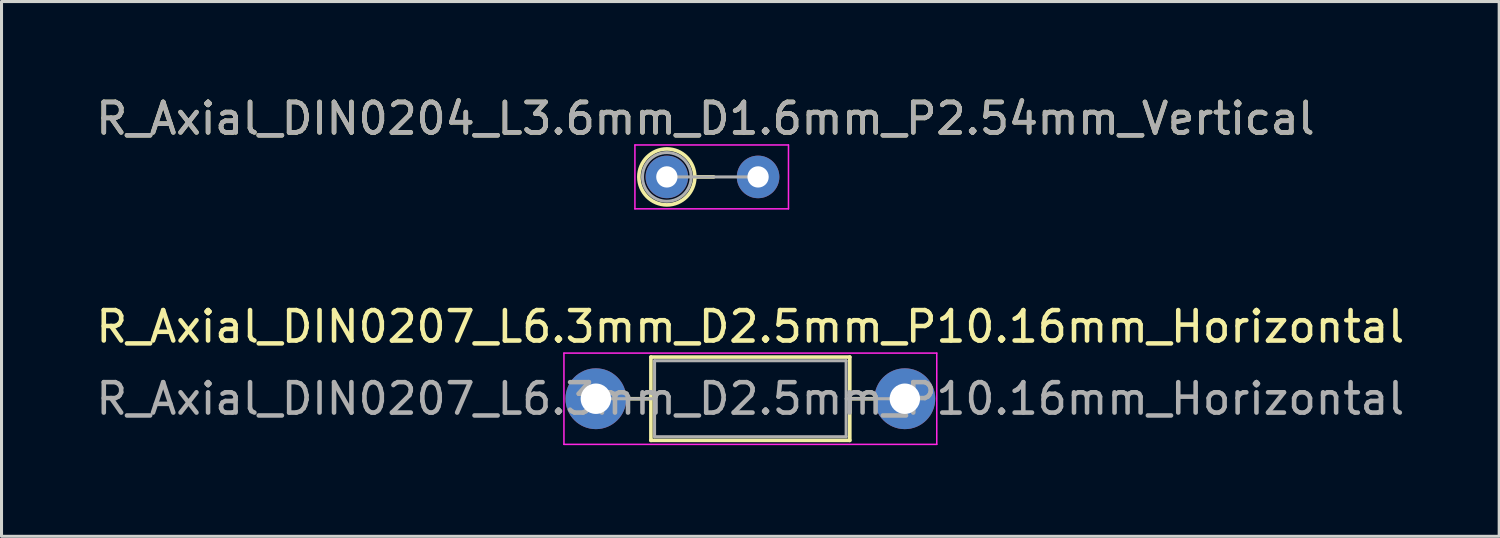
<source format=kicad_pcb>
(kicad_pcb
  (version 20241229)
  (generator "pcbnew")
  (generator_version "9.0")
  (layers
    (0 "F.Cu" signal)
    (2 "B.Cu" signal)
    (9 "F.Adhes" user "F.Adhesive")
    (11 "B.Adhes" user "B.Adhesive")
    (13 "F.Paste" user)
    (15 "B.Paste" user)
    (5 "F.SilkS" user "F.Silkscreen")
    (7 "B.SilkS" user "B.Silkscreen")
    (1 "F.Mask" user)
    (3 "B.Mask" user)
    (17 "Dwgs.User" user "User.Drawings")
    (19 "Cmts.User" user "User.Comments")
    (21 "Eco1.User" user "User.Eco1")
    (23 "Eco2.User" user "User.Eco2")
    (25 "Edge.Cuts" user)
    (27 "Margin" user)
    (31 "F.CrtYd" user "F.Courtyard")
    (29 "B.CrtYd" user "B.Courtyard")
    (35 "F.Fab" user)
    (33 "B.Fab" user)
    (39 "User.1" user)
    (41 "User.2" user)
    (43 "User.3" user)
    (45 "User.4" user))
  (footprint "R_Axial_DIN0207_L6.3mm_D2.5mm_P10.16mm_Horizontal"
    (layer "F.Cu")
    (at 16.545 10.062)
    (property "Reference" "R_Axial_DIN0207_L6.3mm_D2.5mm_P10.16mm_Horizontal" (at 5.08 -2.37 0) (layer "F.SilkS") (effects (font (size 1 1) (thickness 0.15))))
    (attr through_hole)
    (fp_line (start 1.04 0) (end 1.81 0) (stroke (width 0.12) (type solid)) (layer "F.SilkS"))
    (fp_line (start 1.81 -1.37) (end 1.81 1.37) (stroke (width 0.12) (type solid)) (layer "F.SilkS"))
    (fp_line (start 1.81 1.37) (end 8.35 1.37) (stroke (width 0.12) (type solid)) (layer "F.SilkS"))
    (fp_line (start 8.35 -1.37) (end 1.81 -1.37) (stroke (width 0.12) (type solid)) (layer "F.SilkS"))
    (fp_line (start 8.35 1.37) (end 8.35 -1.37) (stroke (width 0.12) (type solid)) (layer "F.SilkS"))
    (fp_line (start 9.12 0) (end 8.35 0) (stroke (width 0.12) (type solid)) (layer "F.SilkS"))
    (fp_line (start -1.05 -1.5) (end -1.05 1.5) (stroke (width 0.05) (type solid)) (layer "F.CrtYd"))
    (fp_line (start -1.05 1.5) (end 11.21 1.5) (stroke (width 0.05) (type solid)) (layer "F.CrtYd"))
    (fp_line (start 11.21 -1.5) (end -1.05 -1.5) (stroke (width 0.05) (type solid)) (layer "F.CrtYd"))
    (fp_line (start 11.21 1.5) (end 11.21 -1.5) (stroke (width 0.05) (type solid)) (layer "F.CrtYd"))
    (fp_line (start 0 0) (end 1.93 0) (stroke (width 0.1) (type solid)) (layer "F.Fab"))
    (fp_line (start 1.93 -1.25) (end 1.93 1.25) (stroke (width 0.1) (type solid)) (layer "F.Fab"))
    (fp_line (start 1.93 1.25) (end 8.23 1.25) (stroke (width 0.1) (type solid)) (layer "F.Fab"))
    (fp_line (start 8.23 -1.25) (end 1.93 -1.25) (stroke (width 0.1) (type solid)) (layer "F.Fab"))
    (fp_line (start 8.23 1.25) (end 8.23 -1.25) (stroke (width 0.1) (type solid)) (layer "F.Fab"))
    (fp_line (start 10.16 0) (end 8.23 0) (stroke (width 0.1) (type solid)) (layer "F.Fab"))
    (fp_text user "${REFERENCE}" (at 5.08 0 0) (layer "F.Fab") (effects (font (size 1 1) (thickness 0.15))))
    (pad "1" thru_hole circle (at 0 0) (size 2 2) (drill 1) (layers "*.Cu" "*.Mask"))
    (pad "2" thru_hole circle (at 10.16 0) (size 2 2) (drill 1) (layers "*.Cu" "*.Mask")))
  (footprint "R_Axial_DIN0204_L3.6mm_D1.6mm_P2.54mm_Vertical"
    (layer "F.Cu")
    (at 18.879 2.768)
    (property "Reference" "R_Axial_DIN0204_L3.6mm_D1.6mm_P2.54mm_Vertical" (at 1.27 -1.92 0) (layer "F.SilkS") (effects (font (size 1 1) (thickness 0.15))))
    (attr through_hole)
    (fp_line (start 0.92 0) (end 1.54 0) (stroke (width 0.12) (type solid)) (layer "F.SilkS"))
    (fp_circle (center 0 0) (end 0.92 0) (stroke (width 0.12) (type solid)) (fill no) (layer "F.SilkS"))
    (fp_line (start -1.05 -1.05) (end -1.05 1.05) (stroke (width 0.05) (type solid)) (layer "F.CrtYd"))
    (fp_line (start -1.05 1.05) (end 4 1.05) (stroke (width 0.05) (type solid)) (layer "F.CrtYd"))
    (fp_line (start 4 -1.05) (end -1.05 -1.05) (stroke (width 0.05) (type solid)) (layer "F.CrtYd"))
    (fp_line (start 4 1.05) (end 4 -1.05) (stroke (width 0.05) (type solid)) (layer "F.CrtYd"))
    (fp_line (start 0 0) (end 3 0) (stroke (width 0.1) (type solid)) (layer "F.Fab"))
    (fp_circle (center 0 0) (end 0.8 0) (stroke (width 0.1) (type solid)) (fill no) (layer "F.Fab"))
    (fp_text user "${REFERENCE}" (at 1.27 -1.92 0) (layer "F.Fab") (effects (font (size 1 1) (thickness 0.15))))
    (pad "1" thru_hole circle (at 0 0) (size 1.4 1.4) (drill 0.7) (layers "*.Cu" "*.Mask"))
    (pad "2" thru_hole oval (at 3 0) (size 1.4 1.4) (drill 0.7) (layers "*.Cu" "*.Mask")))
  (gr_rect
    (start -3 -3)
    (end 46.25 14.586)
    (stroke (width 0.1) (type default))
    (fill no)
    (layer "Edge.Cuts")))
</source>
